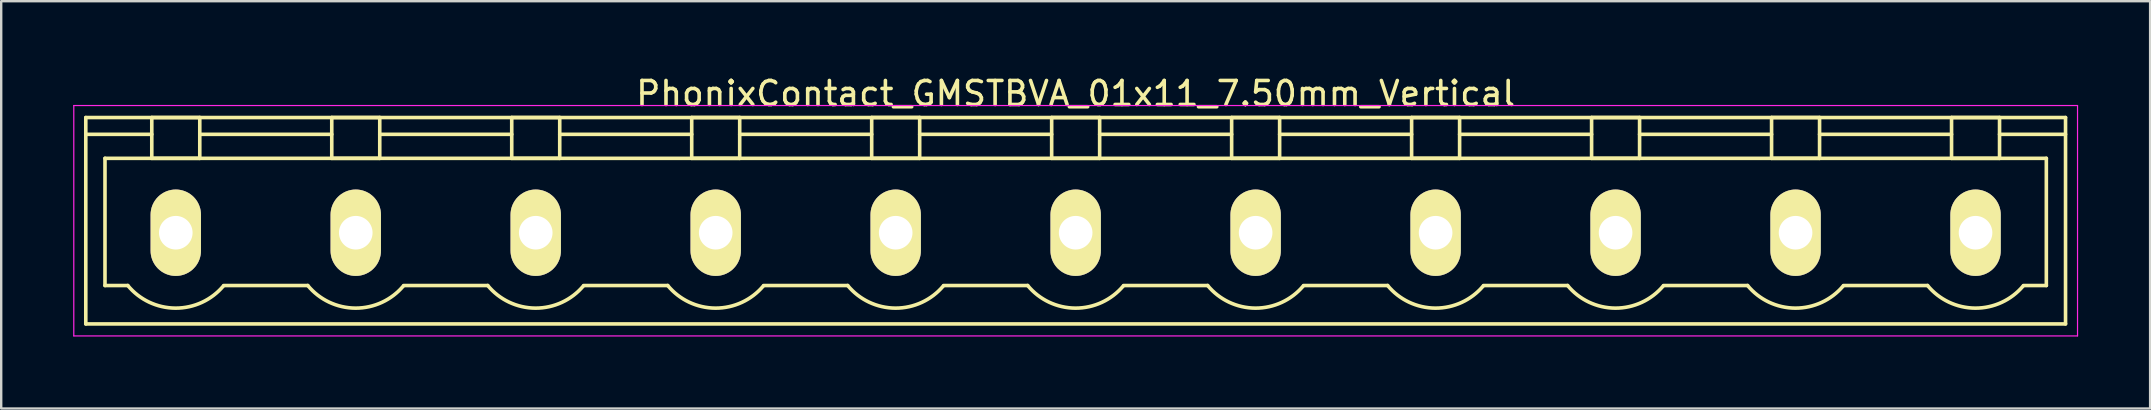
<source format=kicad_pcb>
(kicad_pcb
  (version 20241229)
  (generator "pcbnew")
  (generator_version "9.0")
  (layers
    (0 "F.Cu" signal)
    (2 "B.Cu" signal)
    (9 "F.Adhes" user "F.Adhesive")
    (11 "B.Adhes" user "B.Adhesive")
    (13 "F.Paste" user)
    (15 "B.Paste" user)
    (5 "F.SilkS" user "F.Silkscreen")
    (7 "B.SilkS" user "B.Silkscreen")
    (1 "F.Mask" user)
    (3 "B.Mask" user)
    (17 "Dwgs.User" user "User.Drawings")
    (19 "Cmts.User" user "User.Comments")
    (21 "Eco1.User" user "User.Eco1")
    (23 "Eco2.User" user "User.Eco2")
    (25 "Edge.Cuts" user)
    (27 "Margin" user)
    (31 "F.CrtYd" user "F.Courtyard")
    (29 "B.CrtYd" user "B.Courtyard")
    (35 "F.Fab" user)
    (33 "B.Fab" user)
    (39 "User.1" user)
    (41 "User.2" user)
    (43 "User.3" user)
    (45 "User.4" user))
  (footprint "PhonixContact_GMSTBVA_01x11_7.50mm_Vertical"
    (layer "F.Cu")
    (at 4.275 6.648)
    (property "Reference" "PhonixContact_GMSTBVA_01x11_7.50mm_Vertical" (at 37.5 -5.8 0) (layer "F.SilkS") (effects (font (size 1 1) (thickness 0.15))))
    (attr through_hole)
    (fp_line (start -3.75 -4.8) (end -3.75 3.8) (stroke (width 0.15) (type solid)) (layer "F.SilkS"))
    (fp_line (start -3.75 -4.1) (end -1 -4.1) (stroke (width 0.15) (type solid)) (layer "F.SilkS"))
    (fp_line (start -3.75 3.8) (end 78.75 3.8) (stroke (width 0.15) (type solid)) (layer "F.SilkS"))
    (fp_line (start -2.95 -3.1) (end 77.95 -3.1) (stroke (width 0.15) (type solid)) (layer "F.SilkS"))
    (fp_line (start -2.95 2.2) (end -2.95 -3.1) (stroke (width 0.15) (type solid)) (layer "F.SilkS"))
    (fp_line (start -2 2.2) (end -2.95 2.2) (stroke (width 0.15) (type solid)) (layer "F.SilkS"))
    (fp_line (start -1 -4.8) (end 1 -4.8) (stroke (width 0.15) (type solid)) (layer "F.SilkS"))
    (fp_line (start -1 -3.1) (end -1 -4.8) (stroke (width 0.15) (type solid)) (layer "F.SilkS"))
    (fp_line (start 1 -4.8) (end 1 -3.1) (stroke (width 0.15) (type solid)) (layer "F.SilkS"))
    (fp_line (start 1 -4.1) (end 6.5 -4.1) (stroke (width 0.15) (type solid)) (layer "F.SilkS"))
    (fp_line (start 1 -3.1) (end -1 -3.1) (stroke (width 0.15) (type solid)) (layer "F.SilkS"))
    (fp_line (start 2 2.2) (end 5.5 2.2) (stroke (width 0.15) (type solid)) (layer "F.SilkS"))
    (fp_line (start 6.5 -4.8) (end 8.5 -4.8) (stroke (width 0.15) (type solid)) (layer "F.SilkS"))
    (fp_line (start 6.5 -3.1) (end 6.5 -4.8) (stroke (width 0.15) (type solid)) (layer "F.SilkS"))
    (fp_line (start 8.5 -4.8) (end 8.5 -3.1) (stroke (width 0.15) (type solid)) (layer "F.SilkS"))
    (fp_line (start 8.5 -4.1) (end 14 -4.1) (stroke (width 0.15) (type solid)) (layer "F.SilkS"))
    (fp_line (start 8.5 -3.1) (end 6.5 -3.1) (stroke (width 0.15) (type solid)) (layer "F.SilkS"))
    (fp_line (start 9.5 2.2) (end 13 2.2) (stroke (width 0.15) (type solid)) (layer "F.SilkS"))
    (fp_line (start 14 -4.8) (end 16 -4.8) (stroke (width 0.15) (type solid)) (layer "F.SilkS"))
    (fp_line (start 14 -3.1) (end 14 -4.8) (stroke (width 0.15) (type solid)) (layer "F.SilkS"))
    (fp_line (start 16 -4.8) (end 16 -3.1) (stroke (width 0.15) (type solid)) (layer "F.SilkS"))
    (fp_line (start 16 -4.1) (end 21.5 -4.1) (stroke (width 0.15) (type solid)) (layer "F.SilkS"))
    (fp_line (start 16 -3.1) (end 14 -3.1) (stroke (width 0.15) (type solid)) (layer "F.SilkS"))
    (fp_line (start 17 2.2) (end 20.5 2.2) (stroke (width 0.15) (type solid)) (layer "F.SilkS"))
    (fp_line (start 21.5 -4.8) (end 23.5 -4.8) (stroke (width 0.15) (type solid)) (layer "F.SilkS"))
    (fp_line (start 21.5 -3.1) (end 21.5 -4.8) (stroke (width 0.15) (type solid)) (layer "F.SilkS"))
    (fp_line (start 23.5 -4.8) (end 23.5 -3.1) (stroke (width 0.15) (type solid)) (layer "F.SilkS"))
    (fp_line (start 23.5 -4.1) (end 29 -4.1) (stroke (width 0.15) (type solid)) (layer "F.SilkS"))
    (fp_line (start 23.5 -3.1) (end 21.5 -3.1) (stroke (width 0.15) (type solid)) (layer "F.SilkS"))
    (fp_line (start 24.5 2.2) (end 28 2.2) (stroke (width 0.15) (type solid)) (layer "F.SilkS"))
    (fp_line (start 29 -4.8) (end 31 -4.8) (stroke (width 0.15) (type solid)) (layer "F.SilkS"))
    (fp_line (start 29 -3.1) (end 29 -4.8) (stroke (width 0.15) (type solid)) (layer "F.SilkS"))
    (fp_line (start 31 -4.8) (end 31 -3.1) (stroke (width 0.15) (type solid)) (layer "F.SilkS"))
    (fp_line (start 31 -4.1) (end 36.5 -4.1) (stroke (width 0.15) (type solid)) (layer "F.SilkS"))
    (fp_line (start 31 -3.1) (end 29 -3.1) (stroke (width 0.15) (type solid)) (layer "F.SilkS"))
    (fp_line (start 32 2.2) (end 35.5 2.2) (stroke (width 0.15) (type solid)) (layer "F.SilkS"))
    (fp_line (start 36.5 -4.8) (end 38.5 -4.8) (stroke (width 0.15) (type solid)) (layer "F.SilkS"))
    (fp_line (start 36.5 -3.1) (end 36.5 -4.8) (stroke (width 0.15) (type solid)) (layer "F.SilkS"))
    (fp_line (start 38.5 -4.8) (end 38.5 -3.1) (stroke (width 0.15) (type solid)) (layer "F.SilkS"))
    (fp_line (start 38.5 -4.1) (end 44 -4.1) (stroke (width 0.15) (type solid)) (layer "F.SilkS"))
    (fp_line (start 38.5 -3.1) (end 36.5 -3.1) (stroke (width 0.15) (type solid)) (layer "F.SilkS"))
    (fp_line (start 39.5 2.2) (end 43 2.2) (stroke (width 0.15) (type solid)) (layer "F.SilkS"))
    (fp_line (start 44 -4.8) (end 46 -4.8) (stroke (width 0.15) (type solid)) (layer "F.SilkS"))
    (fp_line (start 44 -3.1) (end 44 -4.8) (stroke (width 0.15) (type solid)) (layer "F.SilkS"))
    (fp_line (start 46 -4.8) (end 46 -3.1) (stroke (width 0.15) (type solid)) (layer "F.SilkS"))
    (fp_line (start 46 -4.1) (end 51.5 -4.1) (stroke (width 0.15) (type solid)) (layer "F.SilkS"))
    (fp_line (start 46 -3.1) (end 44 -3.1) (stroke (width 0.15) (type solid)) (layer "F.SilkS"))
    (fp_line (start 47 2.2) (end 50.5 2.2) (stroke (width 0.15) (type solid)) (layer "F.SilkS"))
    (fp_line (start 51.5 -4.8) (end 53.5 -4.8) (stroke (width 0.15) (type solid)) (layer "F.SilkS"))
    (fp_line (start 51.5 -3.1) (end 51.5 -4.8) (stroke (width 0.15) (type solid)) (layer "F.SilkS"))
    (fp_line (start 53.5 -4.8) (end 53.5 -3.1) (stroke (width 0.15) (type solid)) (layer "F.SilkS"))
    (fp_line (start 53.5 -4.1) (end 59 -4.1) (stroke (width 0.15) (type solid)) (layer "F.SilkS"))
    (fp_line (start 53.5 -3.1) (end 51.5 -3.1) (stroke (width 0.15) (type solid)) (layer "F.SilkS"))
    (fp_line (start 54.5 2.2) (end 58 2.2) (stroke (width 0.15) (type solid)) (layer "F.SilkS"))
    (fp_line (start 59 -4.8) (end 61 -4.8) (stroke (width 0.15) (type solid)) (layer "F.SilkS"))
    (fp_line (start 59 -3.1) (end 59 -4.8) (stroke (width 0.15) (type solid)) (layer "F.SilkS"))
    (fp_line (start 61 -4.8) (end 61 -3.1) (stroke (width 0.15) (type solid)) (layer "F.SilkS"))
    (fp_line (start 61 -4.1) (end 66.5 -4.1) (stroke (width 0.15) (type solid)) (layer "F.SilkS"))
    (fp_line (start 61 -3.1) (end 59 -3.1) (stroke (width 0.15) (type solid)) (layer "F.SilkS"))
    (fp_line (start 62 2.2) (end 65.5 2.2) (stroke (width 0.15) (type solid)) (layer "F.SilkS"))
    (fp_line (start 66.5 -4.8) (end 68.5 -4.8) (stroke (width 0.15) (type solid)) (layer "F.SilkS"))
    (fp_line (start 66.5 -3.1) (end 66.5 -4.8) (stroke (width 0.15) (type solid)) (layer "F.SilkS"))
    (fp_line (start 68.5 -4.8) (end 68.5 -3.1) (stroke (width 0.15) (type solid)) (layer "F.SilkS"))
    (fp_line (start 68.5 -4.1) (end 74 -4.1) (stroke (width 0.15) (type solid)) (layer "F.SilkS"))
    (fp_line (start 68.5 -3.1) (end 66.5 -3.1) (stroke (width 0.15) (type solid)) (layer "F.SilkS"))
    (fp_line (start 69.5 2.2) (end 73 2.2) (stroke (width 0.15) (type solid)) (layer "F.SilkS"))
    (fp_line (start 74 -4.8) (end 76 -4.8) (stroke (width 0.15) (type solid)) (layer "F.SilkS"))
    (fp_line (start 74 -3.1) (end 74 -4.8) (stroke (width 0.15) (type solid)) (layer "F.SilkS"))
    (fp_line (start 76 -4.8) (end 76 -3.1) (stroke (width 0.15) (type solid)) (layer "F.SilkS"))
    (fp_line (start 76 -3.1) (end 74 -3.1) (stroke (width 0.15) (type solid)) (layer "F.SilkS"))
    (fp_line (start 77.95 -3.1) (end 77.95 2.2) (stroke (width 0.15) (type solid)) (layer "F.SilkS"))
    (fp_line (start 77.95 2.2) (end 77 2.2) (stroke (width 0.15) (type solid)) (layer "F.SilkS"))
    (fp_line (start 78.75 -4.8) (end -3.75 -4.8) (stroke (width 0.15) (type solid)) (layer "F.SilkS"))
    (fp_line (start 78.75 -4.1) (end 76 -4.1) (stroke (width 0.15) (type solid)) (layer "F.SilkS"))
    (fp_line (start 78.75 3.8) (end 78.75 -4.8) (stroke (width 0.15) (type solid)) (layer "F.SilkS"))
    (fp_arc (start 1.986842 2.215821) (mid -0.010289 3.142758) (end -2 2.2) (stroke (width 0.15) (type solid)) (layer "F.SilkS"))
    (fp_arc (start 9.486842 2.215821) (mid 7.489711 3.142758) (end 5.5 2.2) (stroke (width 0.15) (type solid)) (layer "F.SilkS"))
    (fp_arc (start 16.986842 2.215821) (mid 14.989711 3.142758) (end 13 2.2) (stroke (width 0.15) (type solid)) (layer "F.SilkS"))
    (fp_arc (start 24.486842 2.215821) (mid 22.489711 3.142758) (end 20.5 2.2) (stroke (width 0.15) (type solid)) (layer "F.SilkS"))
    (fp_arc (start 31.986842 2.215821) (mid 29.989711 3.142758) (end 28 2.2) (stroke (width 0.15) (type solid)) (layer "F.SilkS"))
    (fp_arc (start 39.486842 2.215821) (mid 37.489711 3.142758) (end 35.5 2.2) (stroke (width 0.15) (type solid)) (layer "F.SilkS"))
    (fp_arc (start 46.986842 2.215821) (mid 44.989711 3.142758) (end 43 2.2) (stroke (width 0.15) (type solid)) (layer "F.SilkS"))
    (fp_arc (start 54.486842 2.215821) (mid 52.489711 3.142758) (end 50.5 2.2) (stroke (width 0.15) (type solid)) (layer "F.SilkS"))
    (fp_arc (start 61.986842 2.215821) (mid 59.989711 3.142758) (end 58 2.2) (stroke (width 0.15) (type solid)) (layer "F.SilkS"))
    (fp_arc (start 69.486842 2.215821) (mid 67.489711 3.142758) (end 65.5 2.2) (stroke (width 0.15) (type solid)) (layer "F.SilkS"))
    (fp_arc (start 76.986842 2.215821) (mid 74.989711 3.142758) (end 73 2.2) (stroke (width 0.15) (type solid)) (layer "F.SilkS"))
    (fp_line (start -4.25 -5.3) (end -4.25 4.3) (stroke (width 0.05) (type solid)) (layer "F.CrtYd"))
    (fp_line (start -4.25 4.3) (end 79.25 4.3) (stroke (width 0.05) (type solid)) (layer "F.CrtYd"))
    (fp_line (start 79.25 -5.3) (end -4.25 -5.3) (stroke (width 0.05) (type solid)) (layer "F.CrtYd"))
    (fp_line (start 79.25 4.3) (end 79.25 -5.3) (stroke (width 0.05) (type solid)) (layer "F.CrtYd"))
    (pad "1" thru_hole oval (at 0 0) (size 2.1 3.6) (drill 1.4) (layers "*.Cu" "*.Mask" "F.SilkS"))
    (pad "2" thru_hole oval (at 7.5 0) (size 2.1 3.6) (drill 1.4) (layers "*.Cu" "*.Mask" "F.SilkS"))
    (pad "3" thru_hole oval (at 15 0) (size 2.1 3.6) (drill 1.4) (layers "*.Cu" "*.Mask" "F.SilkS"))
    (pad "4" thru_hole oval (at 22.5 0) (size 2.1 3.6) (drill 1.4) (layers "*.Cu" "*.Mask" "F.SilkS"))
    (pad "5" thru_hole oval (at 30 0) (size 2.1 3.6) (drill 1.4) (layers "*.Cu" "*.Mask" "F.SilkS"))
    (pad "6" thru_hole oval (at 37.5 0) (size 2.1 3.6) (drill 1.4) (layers "*.Cu" "*.Mask" "F.SilkS"))
    (pad "7" thru_hole oval (at 45 0) (size 2.1 3.6) (drill 1.4) (layers "*.Cu" "*.Mask" "F.SilkS"))
    (pad "8" thru_hole oval (at 52.5 0) (size 2.1 3.6) (drill 1.4) (layers "*.Cu" "*.Mask" "F.SilkS"))
    (pad "9" thru_hole oval (at 60 0) (size 2.1 3.6) (drill 1.4) (layers "*.Cu" "*.Mask" "F.SilkS"))
    (pad "10" thru_hole oval (at 67.5 0) (size 2.1 3.6) (drill 1.4) (layers "*.Cu" "*.Mask" "F.SilkS"))
    (pad "11" thru_hole oval (at 75 0) (size 2.1 3.6) (drill 1.4) (layers "*.Cu" "*.Mask" "F.SilkS")))
  (gr_rect
    (start -3 -3)
    (end 86.55 13.973)
    (stroke (width 0.1) (type default))
    (fill no)
    (layer "Edge.Cuts")))
</source>
